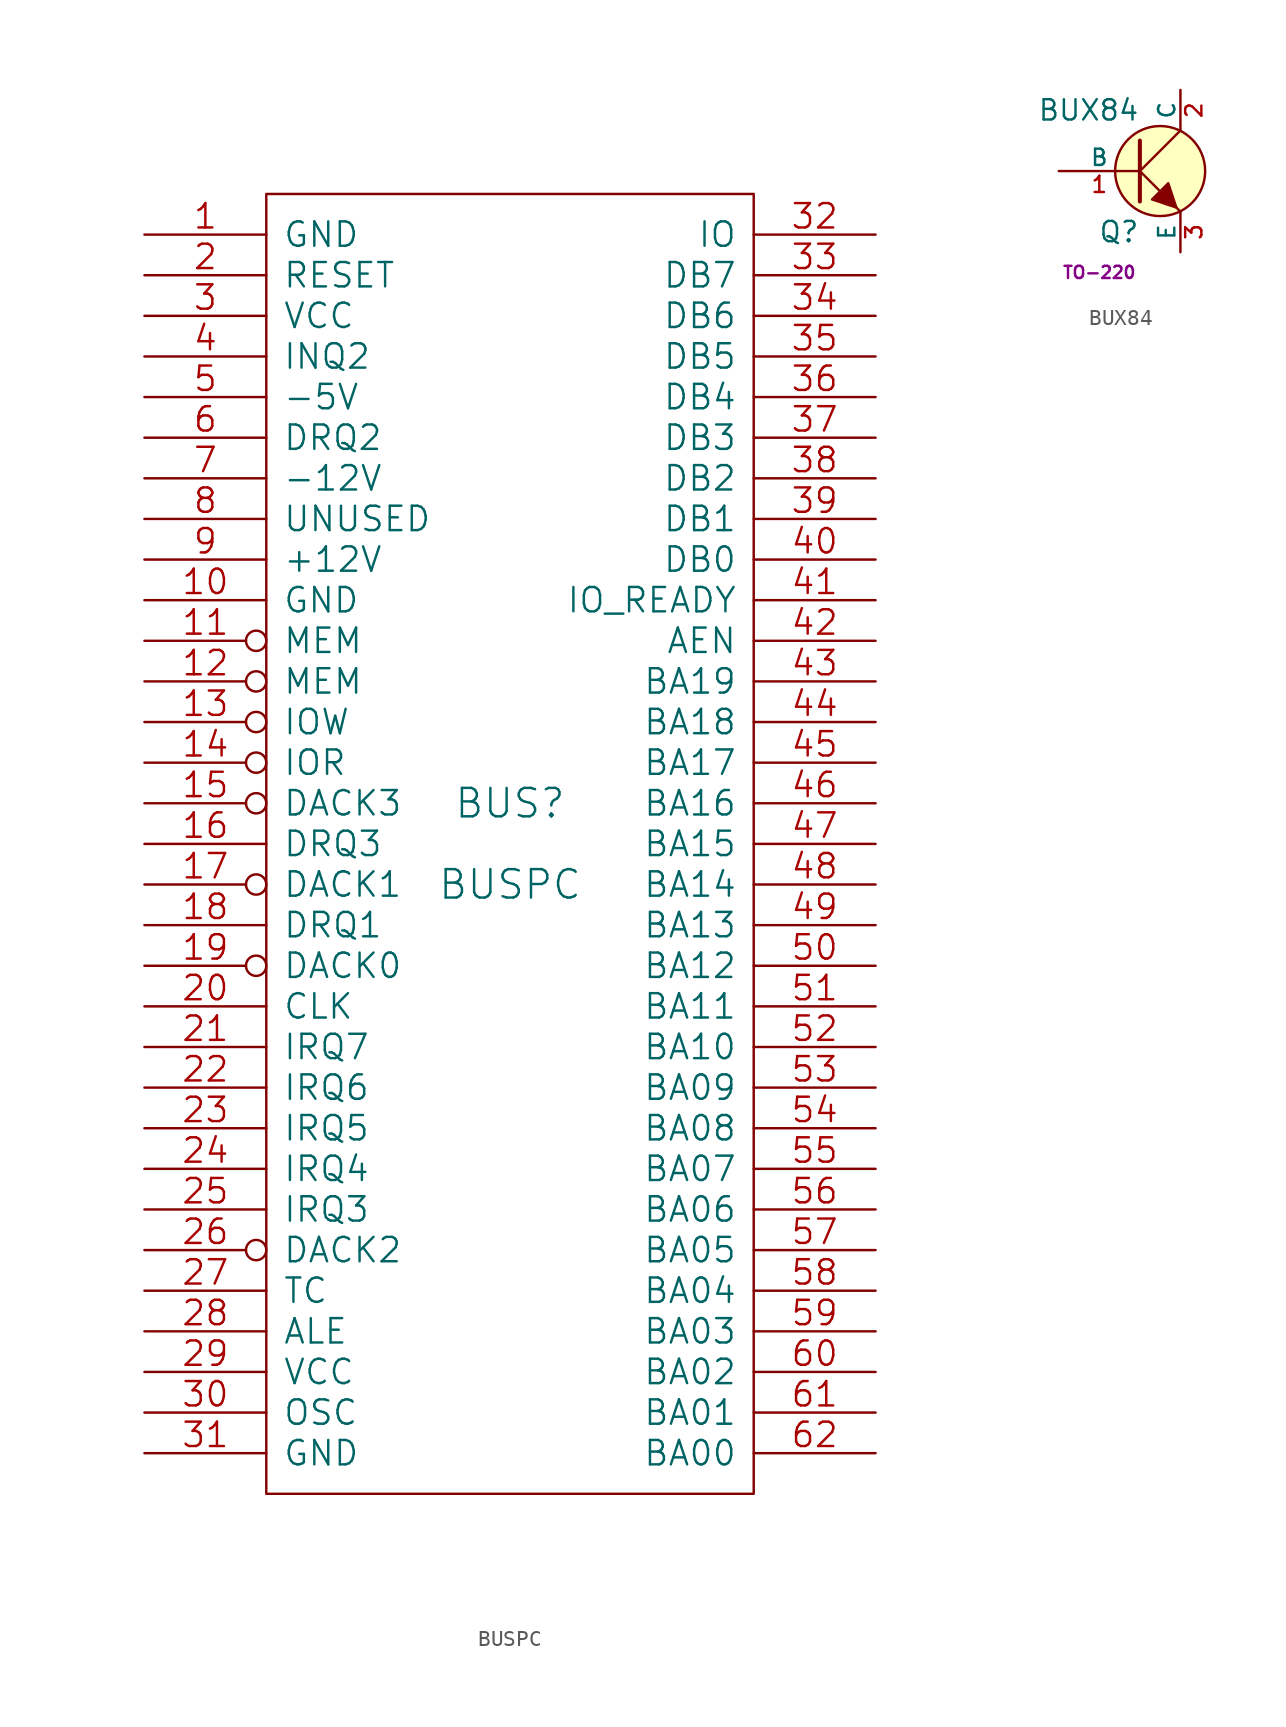
<source format=kicad_sym>
(kicad_symbol_lib
  (version 20220914)
  (generator kicad_symbol_editor)
  (symbol "BUSPC"
    (pin_names
      (offset 1.016))
    (property "Reference" "BUS"
      (at 0 2.54 0)
      (effects (font (size 1.778 1.778))))
    (property "Value" "BUSPC"
      (at 0 -2.54 0)
      (effects (font (size 1.778 1.778))))
    (property "Footprint" ""
      (at 0 0 0)
      (effects (font (size 1.524 1.524))))
    (property "Datasheet" ""
      (at 0 0 0)
      (effects (font (size 1.524 1.524))))
    (symbol "BUSPC_0_1"
      (rectangle (start -15.24 -40.64) (end 15.24 40.64) (stroke (width 0) (type default)) (fill (type none))))
    (symbol "BUSPC_1_1"
      (pin passive line (at -22.86 38.1 0) (length 7.62) (name "GND" (effects (font (size 1.524 1.524)))) (number "1" (effects (font (size 1.524 1.524)))))
      (pin passive line (at -22.86 15.24 0) (length 7.62) (name "GND" (effects (font (size 1.524 1.524)))) (number "10" (effects (font (size 1.524 1.524)))))
      (pin output inverted (at -22.86 12.7 0) (length 7.62) (name "MEM" (effects (font (size 1.524 1.524)))) (number "11" (effects (font (size 1.524 1.524)))))
      (pin output inverted (at -22.86 10.16 0) (length 7.62) (name "MEM" (effects (font (size 1.524 1.524)))) (number "12" (effects (font (size 1.524 1.524)))))
      (pin output inverted (at -22.86 7.62 0) (length 7.62) (name "IOW" (effects (font (size 1.524 1.524)))) (number "13" (effects (font (size 1.524 1.524)))))
      (pin output inverted (at -22.86 5.08 0) (length 7.62) (name "IOR" (effects (font (size 1.524 1.524)))) (number "14" (effects (font (size 1.524 1.524)))))
      (pin passive inverted (at -22.86 2.54 0) (length 7.62) (name "DACK3" (effects (font (size 1.524 1.524)))) (number "15" (effects (font (size 1.524 1.524)))))
      (pin passive line (at -22.86 0 0) (length 7.62) (name "DRQ3" (effects (font (size 1.524 1.524)))) (number "16" (effects (font (size 1.524 1.524)))))
      (pin passive inverted (at -22.86 -2.54 0) (length 7.62) (name "DACK1" (effects (font (size 1.524 1.524)))) (number "17" (effects (font (size 1.524 1.524)))))
      (pin passive line (at -22.86 -5.08 0) (length 7.62) (name "DRQ1" (effects (font (size 1.524 1.524)))) (number "18" (effects (font (size 1.524 1.524)))))
      (pin passive inverted (at -22.86 -7.62 0) (length 7.62) (name "DACK0" (effects (font (size 1.524 1.524)))) (number "19" (effects (font (size 1.524 1.524)))))
      (pin output line (at -22.86 35.56 0) (length 7.62) (name "RESET" (effects (font (size 1.524 1.524)))) (number "2" (effects (font (size 1.524 1.524)))))
      (pin output line (at -22.86 -10.16 0) (length 7.62) (name "CLK" (effects (font (size 1.524 1.524)))) (number "20" (effects (font (size 1.524 1.524)))))
      (pin passive line (at -22.86 -12.7 0) (length 7.62) (name "IRQ7" (effects (font (size 1.524 1.524)))) (number "21" (effects (font (size 1.524 1.524)))))
      (pin passive line (at -22.86 -15.24 0) (length 7.62) (name "IRQ6" (effects (font (size 1.524 1.524)))) (number "22" (effects (font (size 1.524 1.524)))))
      (pin passive line (at -22.86 -17.78 0) (length 7.62) (name "IRQ5" (effects (font (size 1.524 1.524)))) (number "23" (effects (font (size 1.524 1.524)))))
      (pin passive line (at -22.86 -20.32 0) (length 7.62) (name "IRQ4" (effects (font (size 1.524 1.524)))) (number "24" (effects (font (size 1.524 1.524)))))
      (pin passive line (at -22.86 -22.86 0) (length 7.62) (name "IRQ3" (effects (font (size 1.524 1.524)))) (number "25" (effects (font (size 1.524 1.524)))))
      (pin passive inverted (at -22.86 -25.4 0) (length 7.62) (name "DACK2" (effects (font (size 1.524 1.524)))) (number "26" (effects (font (size 1.524 1.524)))))
      (pin passive line (at -22.86 -27.94 0) (length 7.62) (name "TC" (effects (font (size 1.524 1.524)))) (number "27" (effects (font (size 1.524 1.524)))))
      (pin output line (at -22.86 -30.48 0) (length 7.62) (name "ALE" (effects (font (size 1.524 1.524)))) (number "28" (effects (font (size 1.524 1.524)))))
      (pin passive line (at -22.86 -33.02 0) (length 7.62) (name "VCC" (effects (font (size 1.524 1.524)))) (number "29" (effects (font (size 1.524 1.524)))))
      (pin passive line (at -22.86 33.02 0) (length 7.62) (name "VCC" (effects (font (size 1.524 1.524)))) (number "3" (effects (font (size 1.524 1.524)))))
      (pin output line (at -22.86 -35.56 0) (length 7.62) (name "OSC" (effects (font (size 1.524 1.524)))) (number "30" (effects (font (size 1.524 1.524)))))
      (pin passive line (at -22.86 -38.1 0) (length 7.62) (name "GND" (effects (font (size 1.524 1.524)))) (number "31" (effects (font (size 1.524 1.524)))))
      (pin passive line (at 22.86 38.1 180) (length 7.62) (name "IO" (effects (font (size 1.524 1.524)))) (number "32" (effects (font (size 1.524 1.524)))))
      (pin tri_state line (at 22.86 35.56 180) (length 7.62) (name "DB7" (effects (font (size 1.524 1.524)))) (number "33" (effects (font (size 1.524 1.524)))))
      (pin tri_state line (at 22.86 33.02 180) (length 7.62) (name "DB6" (effects (font (size 1.524 1.524)))) (number "34" (effects (font (size 1.524 1.524)))))
      (pin tri_state line (at 22.86 30.48 180) (length 7.62) (name "DB5" (effects (font (size 1.524 1.524)))) (number "35" (effects (font (size 1.524 1.524)))))
      (pin tri_state line (at 22.86 27.94 180) (length 7.62) (name "DB4" (effects (font (size 1.524 1.524)))) (number "36" (effects (font (size 1.524 1.524)))))
      (pin tri_state line (at 22.86 25.4 180) (length 7.62) (name "DB3" (effects (font (size 1.524 1.524)))) (number "37" (effects (font (size 1.524 1.524)))))
      (pin tri_state line (at 22.86 22.86 180) (length 7.62) (name "DB2" (effects (font (size 1.524 1.524)))) (number "38" (effects (font (size 1.524 1.524)))))
      (pin tri_state line (at 22.86 20.32 180) (length 7.62) (name "DB1" (effects (font (size 1.524 1.524)))) (number "39" (effects (font (size 1.524 1.524)))))
      (pin passive line (at -22.86 30.48 0) (length 7.62) (name "INQ2" (effects (font (size 1.524 1.524)))) (number "4" (effects (font (size 1.524 1.524)))))
      (pin tri_state line (at 22.86 17.78 180) (length 7.62) (name "DB0" (effects (font (size 1.524 1.524)))) (number "40" (effects (font (size 1.524 1.524)))))
      (pin passive line (at 22.86 15.24 180) (length 7.62) (name "IO_READY" (effects (font (size 1.524 1.524)))) (number "41" (effects (font (size 1.524 1.524)))))
      (pin output line (at 22.86 12.7 180) (length 7.62) (name "AEN" (effects (font (size 1.524 1.524)))) (number "42" (effects (font (size 1.524 1.524)))))
      (pin tri_state line (at 22.86 10.16 180) (length 7.62) (name "BA19" (effects (font (size 1.524 1.524)))) (number "43" (effects (font (size 1.524 1.524)))))
      (pin tri_state line (at 22.86 7.62 180) (length 7.62) (name "BA18" (effects (font (size 1.524 1.524)))) (number "44" (effects (font (size 1.524 1.524)))))
      (pin tri_state line (at 22.86 5.08 180) (length 7.62) (name "BA17" (effects (font (size 1.524 1.524)))) (number "45" (effects (font (size 1.524 1.524)))))
      (pin tri_state line (at 22.86 2.54 180) (length 7.62) (name "BA16" (effects (font (size 1.524 1.524)))) (number "46" (effects (font (size 1.524 1.524)))))
      (pin tri_state line (at 22.86 0 180) (length 7.62) (name "BA15" (effects (font (size 1.524 1.524)))) (number "47" (effects (font (size 1.524 1.524)))))
      (pin tri_state line (at 22.86 -2.54 180) (length 7.62) (name "BA14" (effects (font (size 1.524 1.524)))) (number "48" (effects (font (size 1.524 1.524)))))
      (pin tri_state line (at 22.86 -5.08 180) (length 7.62) (name "BA13" (effects (font (size 1.524 1.524)))) (number "49" (effects (font (size 1.524 1.524)))))
      (pin passive line (at -22.86 27.94 0) (length 7.62) (name "-5V" (effects (font (size 1.524 1.524)))) (number "5" (effects (font (size 1.524 1.524)))))
      (pin tri_state line (at 22.86 -7.62 180) (length 7.62) (name "BA12" (effects (font (size 1.524 1.524)))) (number "50" (effects (font (size 1.524 1.524)))))
      (pin tri_state line (at 22.86 -10.16 180) (length 7.62) (name "BA11" (effects (font (size 1.524 1.524)))) (number "51" (effects (font (size 1.524 1.524)))))
      (pin tri_state line (at 22.86 -12.7 180) (length 7.62) (name "BA10" (effects (font (size 1.524 1.524)))) (number "52" (effects (font (size 1.524 1.524)))))
      (pin tri_state line (at 22.86 -15.24 180) (length 7.62) (name "BA09" (effects (font (size 1.524 1.524)))) (number "53" (effects (font (size 1.524 1.524)))))
      (pin tri_state line (at 22.86 -17.78 180) (length 7.62) (name "BA08" (effects (font (size 1.524 1.524)))) (number "54" (effects (font (size 1.524 1.524)))))
      (pin tri_state line (at 22.86 -20.32 180) (length 7.62) (name "BA07" (effects (font (size 1.524 1.524)))) (number "55" (effects (font (size 1.524 1.524)))))
      (pin tri_state line (at 22.86 -22.86 180) (length 7.62) (name "BA06" (effects (font (size 1.524 1.524)))) (number "56" (effects (font (size 1.524 1.524)))))
      (pin tri_state line (at 22.86 -25.4 180) (length 7.62) (name "BA05" (effects (font (size 1.524 1.524)))) (number "57" (effects (font (size 1.524 1.524)))))
      (pin tri_state line (at 22.86 -27.94 180) (length 7.62) (name "BA04" (effects (font (size 1.524 1.524)))) (number "58" (effects (font (size 1.524 1.524)))))
      (pin tri_state line (at 22.86 -30.48 180) (length 7.62) (name "BA03" (effects (font (size 1.524 1.524)))) (number "59" (effects (font (size 1.524 1.524)))))
      (pin passive line (at -22.86 25.4 0) (length 7.62) (name "DRQ2" (effects (font (size 1.524 1.524)))) (number "6" (effects (font (size 1.524 1.524)))))
      (pin tri_state line (at 22.86 -33.02 180) (length 7.62) (name "BA02" (effects (font (size 1.524 1.524)))) (number "60" (effects (font (size 1.524 1.524)))))
      (pin tri_state line (at 22.86 -35.56 180) (length 7.62) (name "BA01" (effects (font (size 1.524 1.524)))) (number "61" (effects (font (size 1.524 1.524)))))
      (pin tri_state line (at 22.86 -38.1 180) (length 7.62) (name "BA00" (effects (font (size 1.524 1.524)))) (number "62" (effects (font (size 1.524 1.524)))))
      (pin passive line (at -22.86 22.86 0) (length 7.62) (name "-12V" (effects (font (size 1.524 1.524)))) (number "7" (effects (font (size 1.524 1.524)))))
      (pin passive line (at -22.86 20.32 0) (length 7.62) (name "UNUSED" (effects (font (size 1.524 1.524)))) (number "8" (effects (font (size 1.524 1.524)))))
      (pin passive line (at -22.86 17.78 0) (length 7.62) (name "+12V" (effects (font (size 1.524 1.524)))) (number "9" (effects (font (size 1.524 1.524)))))))
  (symbol "BUX84"
    (pin_names
      (offset 0))
    (property "Reference" "Q"
      (at 0 -3.81 0)
      (effects (font (size 1.27 1.27)) (justify right)))
    (property "Value" "BUX84"
      (at 0 3.81 0)
      (effects (font (size 1.27 1.27)) (justify right)))
    (property "Footprint" "TO-220"
      (at -2.54 -6.35 0)
      (effects (font (size 0.762 0.762))))
    (property "Datasheet" ""
      (at 0 0 0)
      (effects (font (size 1.524 1.524))))
    (symbol "BUX84_0_1"
      (polyline (pts (xy 0 0) (xy 2.54 2.54)) (stroke (width 0) (type default)) (fill (type none)))
      (polyline (pts (xy 0 1.905) (xy 0 -1.905) (xy 0 -1.905)) (stroke (width 0.254) (type default)) (fill (type none)))
      (polyline (pts (xy 1.27 -1.27) (xy 0 0) (xy 0 0)) (stroke (width 0) (type default)) (fill (type none)))
      (polyline (pts (xy 2.286 -2.286) (xy 2.54 -2.54) (xy 2.54 -2.54)) (stroke (width 0) (type default)) (fill (type none)))
      (polyline (pts (xy 2.286 -2.286) (xy 1.778 -0.762) (xy 0.762 -1.778) (xy 2.286 -2.286) (xy 2.286 -2.286)) (stroke (width 0) (type default)) (fill (type outline)))
      (circle (center 1.27 0) (radius 2.819) (stroke (width 0) (type default)) (fill (type background))))
    (symbol "BUX84_1_1"
      (pin input line (at -5.08 0 0) (length 5.08) (name "B" (effects (font (size 1.016 1.016)))) (number "1" (effects (font (size 1.016 1.016)))))
      (pin passive line (at 2.54 5.08 270) (length 2.54) (name "C" (effects (font (size 1.016 1.016)))) (number "2" (effects (font (size 1.016 1.016)))))
      (pin passive line (at 2.54 -5.08 90) (length 2.54) (name "E" (effects (font (size 1.016 1.016)))) (number "3" (effects (font (size 1.016 1.016))))))))
</source>
